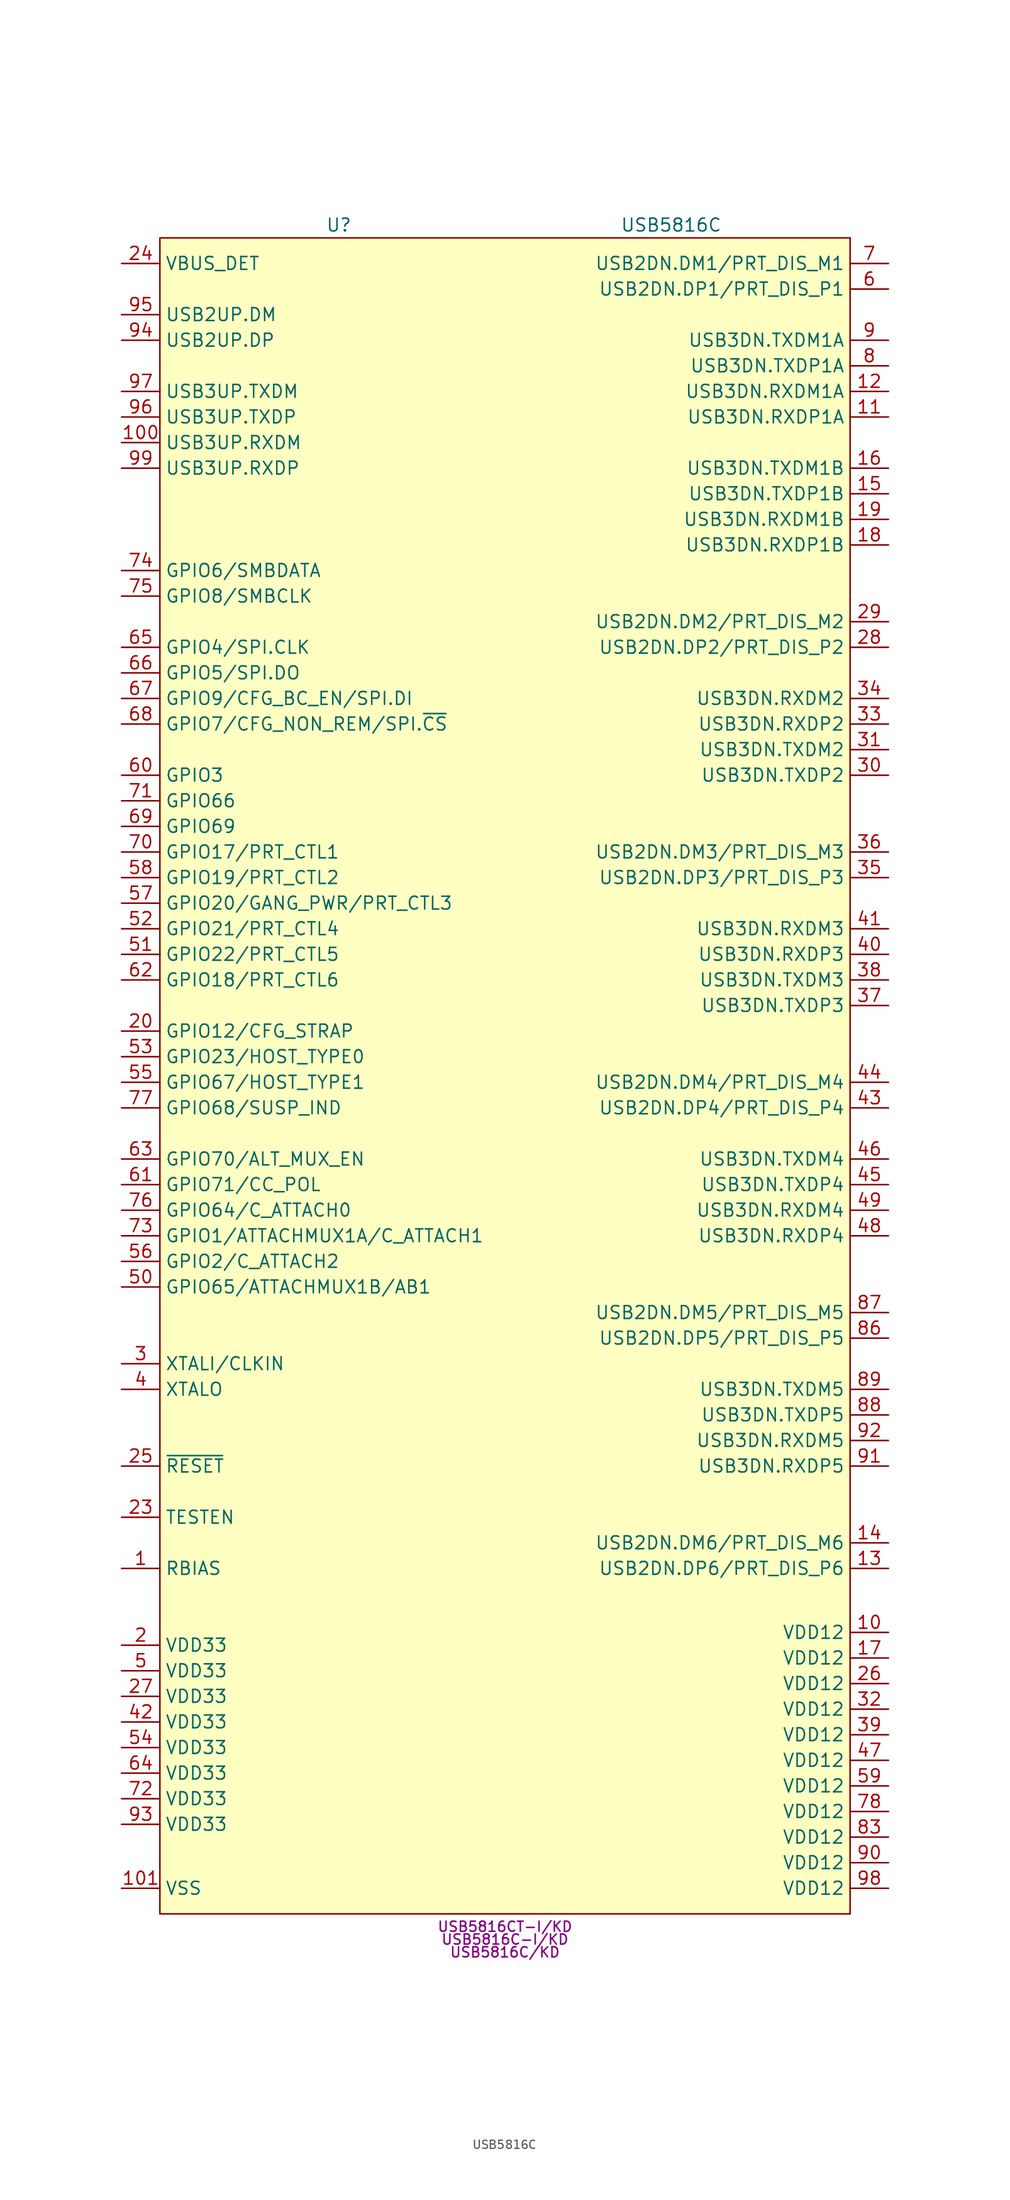
<source format=kicad_sym>
(kicad_symbol_lib
  (version 20220914)
  (generator kicad_symbol_editor)
  (symbol "USB5816C"
    (property "Reference" "U"
      (at -16.51 90.17 0)
      (effects (font (size 1.27 1.27))))
    (property "Value" "USB5816C"
      (at 16.51 90.17 0)
      (effects (font (size 1.27 1.27))))
    (property "MPN" "USB5816CT-I/KD"
      (at 0 -78.74 0)
      (effects (font (size 1 1))))
    (property "MPN2" "USB5816C-I/KD"
      (at 0 -80.01 0)
      (effects (font (size 1 1))))
    (property "MPN3" "USB5816C/KD"
      (at 0 -81.28 0)
      (effects (font (size 1 1))))
    (symbol "USB5816C_0_1"
      (rectangle (start -34.29 88.9) (end 34.29 -77.47) (stroke (width 0.152) (type default)) (fill (type background))))
    (symbol "USB5816C_1_1"
      (pin passive line (at -38.1 -43.18 0) (length 3.81) (name "RBIAS" (effects (font (size 1.27 1.27)))) (number "1" (effects (font (size 1.27 1.27)))))
      (pin power_in line (at 38.1 -49.53 180) (length 3.81) (name "VDD12" (effects (font (size 1.27 1.27)))) (number "10" (effects (font (size 1.27 1.27)))))
      (pin bidirectional line (at -38.1 68.58 0) (length 3.81) (name "USB3UP.RXDM" (effects (font (size 1.27 1.27)))) (number "100" (effects (font (size 1.27 1.27)))))
      (pin power_in line (at -38.1 -74.93 0) (length 3.81) (name "VSS" (effects (font (size 1.27 1.27)))) (number "101" (effects (font (size 1.27 1.27)))))
      (pin bidirectional line (at 38.1 71.12 180) (length 3.81) (name "USB3DN.RXDP1A" (effects (font (size 1.27 1.27)))) (number "11" (effects (font (size 1.27 1.27)))))
      (pin bidirectional line (at 38.1 73.66 180) (length 3.81) (name "USB3DN.RXDM1A" (effects (font (size 1.27 1.27)))) (number "12" (effects (font (size 1.27 1.27)))))
      (pin bidirectional line (at 38.1 -43.18 180) (length 3.81) (name "USB2DN.DP6/PRT_DIS_P6" (effects (font (size 1.27 1.27)))) (number "13" (effects (font (size 1.27 1.27)))))
      (pin bidirectional line (at 38.1 -40.64 180) (length 3.81) (name "USB2DN.DM6/PRT_DIS_M6" (effects (font (size 1.27 1.27)))) (number "14" (effects (font (size 1.27 1.27)))))
      (pin bidirectional line (at 38.1 63.5 180) (length 3.81) (name "USB3DN.TXDP1B" (effects (font (size 1.27 1.27)))) (number "15" (effects (font (size 1.27 1.27)))))
      (pin bidirectional line (at 38.1 66.04 180) (length 3.81) (name "USB3DN.TXDM1B" (effects (font (size 1.27 1.27)))) (number "16" (effects (font (size 1.27 1.27)))))
      (pin power_in line (at 38.1 -52.07 180) (length 3.81) (name "VDD12" (effects (font (size 1.27 1.27)))) (number "17" (effects (font (size 1.27 1.27)))))
      (pin bidirectional line (at 38.1 58.42 180) (length 3.81) (name "USB3DN.RXDP1B" (effects (font (size 1.27 1.27)))) (number "18" (effects (font (size 1.27 1.27)))))
      (pin bidirectional line (at 38.1 60.96 180) (length 3.81) (name "USB3DN.RXDM1B" (effects (font (size 1.27 1.27)))) (number "19" (effects (font (size 1.27 1.27)))))
      (pin power_in line (at -38.1 -50.8 0) (length 3.81) (name "VDD33" (effects (font (size 1.27 1.27)))) (number "2" (effects (font (size 1.27 1.27)))))
      (pin bidirectional line (at -38.1 10.16 0) (length 3.81) (name "GPIO12/CFG_STRAP" (effects (font (size 1.27 1.27)))) (number "20" (effects (font (size 1.27 1.27)))))
      (pin input line (at -38.1 -38.1 0) (length 3.81) (name "TESTEN" (effects (font (size 1.27 1.27)))) (number "23" (effects (font (size 1.27 1.27)))))
      (pin input line (at -38.1 86.36 0) (length 3.81) (name "VBUS_DET" (effects (font (size 1.27 1.27)))) (number "24" (effects (font (size 1.27 1.27)))))
      (pin input line (at -38.1 -33.02 0) (length 3.81) (name "~{RESET}" (effects (font (size 1.27 1.27)))) (number "25" (effects (font (size 1.27 1.27)))))
      (pin power_in line (at 38.1 -54.61 180) (length 3.81) (name "VDD12" (effects (font (size 1.27 1.27)))) (number "26" (effects (font (size 1.27 1.27)))))
      (pin power_in line (at -38.1 -55.88 0) (length 3.81) (name "VDD33" (effects (font (size 1.27 1.27)))) (number "27" (effects (font (size 1.27 1.27)))))
      (pin bidirectional line (at 38.1 48.26 180) (length 3.81) (name "USB2DN.DP2/PRT_DIS_P2" (effects (font (size 1.27 1.27)))) (number "28" (effects (font (size 1.27 1.27)))))
      (pin bidirectional line (at 38.1 50.8 180) (length 3.81) (name "USB2DN.DM2/PRT_DIS_M2" (effects (font (size 1.27 1.27)))) (number "29" (effects (font (size 1.27 1.27)))))
      (pin input line (at -38.1 -22.86 0) (length 3.81) (name "XTALI/CLKIN" (effects (font (size 1.27 1.27)))) (number "3" (effects (font (size 1.27 1.27)))))
      (pin bidirectional line (at 38.1 35.56 180) (length 3.81) (name "USB3DN.TXDP2" (effects (font (size 1.27 1.27)))) (number "30" (effects (font (size 1.27 1.27)))))
      (pin bidirectional line (at 38.1 38.1 180) (length 3.81) (name "USB3DN.TXDM2" (effects (font (size 1.27 1.27)))) (number "31" (effects (font (size 1.27 1.27)))))
      (pin power_in line (at 38.1 -57.15 180) (length 3.81) (name "VDD12" (effects (font (size 1.27 1.27)))) (number "32" (effects (font (size 1.27 1.27)))))
      (pin bidirectional line (at 38.1 40.64 180) (length 3.81) (name "USB3DN.RXDP2" (effects (font (size 1.27 1.27)))) (number "33" (effects (font (size 1.27 1.27)))))
      (pin bidirectional line (at 38.1 43.18 180) (length 3.81) (name "USB3DN.RXDM2" (effects (font (size 1.27 1.27)))) (number "34" (effects (font (size 1.27 1.27)))))
      (pin bidirectional line (at 38.1 25.4 180) (length 3.81) (name "USB2DN.DP3/PRT_DIS_P3" (effects (font (size 1.27 1.27)))) (number "35" (effects (font (size 1.27 1.27)))))
      (pin bidirectional line (at 38.1 27.94 180) (length 3.81) (name "USB2DN.DM3/PRT_DIS_M3" (effects (font (size 1.27 1.27)))) (number "36" (effects (font (size 1.27 1.27)))))
      (pin bidirectional line (at 38.1 12.7 180) (length 3.81) (name "USB3DN.TXDP3" (effects (font (size 1.27 1.27)))) (number "37" (effects (font (size 1.27 1.27)))))
      (pin bidirectional line (at 38.1 15.24 180) (length 3.81) (name "USB3DN.TXDM3" (effects (font (size 1.27 1.27)))) (number "38" (effects (font (size 1.27 1.27)))))
      (pin power_in line (at 38.1 -59.69 180) (length 3.81) (name "VDD12" (effects (font (size 1.27 1.27)))) (number "39" (effects (font (size 1.27 1.27)))))
      (pin output line (at -38.1 -25.4 0) (length 3.81) (name "XTALO" (effects (font (size 1.27 1.27)))) (number "4" (effects (font (size 1.27 1.27)))))
      (pin bidirectional line (at 38.1 17.78 180) (length 3.81) (name "USB3DN.RXDP3" (effects (font (size 1.27 1.27)))) (number "40" (effects (font (size 1.27 1.27)))))
      (pin bidirectional line (at 38.1 20.32 180) (length 3.81) (name "USB3DN.RXDM3" (effects (font (size 1.27 1.27)))) (number "41" (effects (font (size 1.27 1.27)))))
      (pin power_in line (at -38.1 -58.42 0) (length 3.81) (name "VDD33" (effects (font (size 1.27 1.27)))) (number "42" (effects (font (size 1.27 1.27)))))
      (pin bidirectional line (at 38.1 2.54 180) (length 3.81) (name "USB2DN.DP4/PRT_DIS_P4" (effects (font (size 1.27 1.27)))) (number "43" (effects (font (size 1.27 1.27)))))
      (pin bidirectional line (at 38.1 5.08 180) (length 3.81) (name "USB2DN.DM4/PRT_DIS_M4" (effects (font (size 1.27 1.27)))) (number "44" (effects (font (size 1.27 1.27)))))
      (pin bidirectional line (at 38.1 -5.08 180) (length 3.81) (name "USB3DN.TXDP4" (effects (font (size 1.27 1.27)))) (number "45" (effects (font (size 1.27 1.27)))))
      (pin bidirectional line (at 38.1 -2.54 180) (length 3.81) (name "USB3DN.TXDM4" (effects (font (size 1.27 1.27)))) (number "46" (effects (font (size 1.27 1.27)))))
      (pin power_in line (at 38.1 -62.23 180) (length 3.81) (name "VDD12" (effects (font (size 1.27 1.27)))) (number "47" (effects (font (size 1.27 1.27)))))
      (pin bidirectional line (at 38.1 -10.16 180) (length 3.81) (name "USB3DN.RXDP4" (effects (font (size 1.27 1.27)))) (number "48" (effects (font (size 1.27 1.27)))))
      (pin bidirectional line (at 38.1 -7.62 180) (length 3.81) (name "USB3DN.RXDM4" (effects (font (size 1.27 1.27)))) (number "49" (effects (font (size 1.27 1.27)))))
      (pin power_in line (at -38.1 -53.34 0) (length 3.81) (name "VDD33" (effects (font (size 1.27 1.27)))) (number "5" (effects (font (size 1.27 1.27)))))
      (pin bidirectional line (at -38.1 -15.24 0) (length 3.81) (name "GPIO65/ATTACHMUX1B/AB1" (effects (font (size 1.27 1.27)))) (number "50" (effects (font (size 1.27 1.27)))))
      (pin bidirectional line (at -38.1 17.78 0) (length 3.81) (name "GPIO22/PRT_CTL5" (effects (font (size 1.27 1.27)))) (number "51" (effects (font (size 1.27 1.27)))))
      (pin bidirectional line (at -38.1 20.32 0) (length 3.81) (name "GPIO21/PRT_CTL4" (effects (font (size 1.27 1.27)))) (number "52" (effects (font (size 1.27 1.27)))))
      (pin bidirectional line (at -38.1 7.62 0) (length 3.81) (name "GPIO23/HOST_TYPE0" (effects (font (size 1.27 1.27)))) (number "53" (effects (font (size 1.27 1.27)))))
      (pin power_in line (at -38.1 -60.96 0) (length 3.81) (name "VDD33" (effects (font (size 1.27 1.27)))) (number "54" (effects (font (size 1.27 1.27)))))
      (pin bidirectional line (at -38.1 5.08 0) (length 3.81) (name "GPIO67/HOST_TYPE1" (effects (font (size 1.27 1.27)))) (number "55" (effects (font (size 1.27 1.27)))))
      (pin bidirectional line (at -38.1 -12.7 0) (length 3.81) (name "GPIO2/C_ATTACH2" (effects (font (size 1.27 1.27)))) (number "56" (effects (font (size 1.27 1.27)))))
      (pin bidirectional line (at -38.1 22.86 0) (length 3.81) (name "GPIO20/GANG_PWR/PRT_CTL3" (effects (font (size 1.27 1.27)))) (number "57" (effects (font (size 1.27 1.27)))))
      (pin bidirectional line (at -38.1 25.4 0) (length 3.81) (name "GPIO19/PRT_CTL2" (effects (font (size 1.27 1.27)))) (number "58" (effects (font (size 1.27 1.27)))))
      (pin power_in line (at 38.1 -64.77 180) (length 3.81) (name "VDD12" (effects (font (size 1.27 1.27)))) (number "59" (effects (font (size 1.27 1.27)))))
      (pin bidirectional line (at 38.1 83.82 180) (length 3.81) (name "USB2DN.DP1/PRT_DIS_P1" (effects (font (size 1.27 1.27)))) (number "6" (effects (font (size 1.27 1.27)))))
      (pin bidirectional line (at -38.1 35.56 0) (length 3.81) (name "GPIO3" (effects (font (size 1.27 1.27)))) (number "60" (effects (font (size 1.27 1.27)))))
      (pin bidirectional line (at -38.1 -5.08 0) (length 3.81) (name "GPIO71/CC_POL" (effects (font (size 1.27 1.27)))) (number "61" (effects (font (size 1.27 1.27)))))
      (pin bidirectional line (at -38.1 15.24 0) (length 3.81) (name "GPIO18/PRT_CTL6" (effects (font (size 1.27 1.27)))) (number "62" (effects (font (size 1.27 1.27)))))
      (pin bidirectional line (at -38.1 -2.54 0) (length 3.81) (name "GPIO70/ALT_MUX_EN" (effects (font (size 1.27 1.27)))) (number "63" (effects (font (size 1.27 1.27)))))
      (pin power_in line (at -38.1 -63.5 0) (length 3.81) (name "VDD33" (effects (font (size 1.27 1.27)))) (number "64" (effects (font (size 1.27 1.27)))))
      (pin bidirectional line (at -38.1 48.26 0) (length 3.81) (name "GPIO4/SPI.CLK" (effects (font (size 1.27 1.27)))) (number "65" (effects (font (size 1.27 1.27)))))
      (pin bidirectional line (at -38.1 45.72 0) (length 3.81) (name "GPIO5/SPI.DO" (effects (font (size 1.27 1.27)))) (number "66" (effects (font (size 1.27 1.27)))))
      (pin bidirectional line (at -38.1 43.18 0) (length 3.81) (name "GPIO9/CFG_BC_EN/SPI.DI" (effects (font (size 1.27 1.27)))) (number "67" (effects (font (size 1.27 1.27)))))
      (pin bidirectional line (at -38.1 40.64 0) (length 3.81) (name "GPIO7/CFG_NON_REM/SPI.~{CS}" (effects (font (size 1.27 1.27)))) (number "68" (effects (font (size 1.27 1.27)))))
      (pin bidirectional line (at -38.1 30.48 0) (length 3.81) (name "GPIO69" (effects (font (size 1.27 1.27)))) (number "69" (effects (font (size 1.27 1.27)))))
      (pin bidirectional line (at 38.1 86.36 180) (length 3.81) (name "USB2DN.DM1/PRT_DIS_M1" (effects (font (size 1.27 1.27)))) (number "7" (effects (font (size 1.27 1.27)))))
      (pin bidirectional line (at -38.1 27.94 0) (length 3.81) (name "GPIO17/PRT_CTL1" (effects (font (size 1.27 1.27)))) (number "70" (effects (font (size 1.27 1.27)))))
      (pin bidirectional line (at -38.1 33.02 0) (length 3.81) (name "GPIO66" (effects (font (size 1.27 1.27)))) (number "71" (effects (font (size 1.27 1.27)))))
      (pin power_in line (at -38.1 -66.04 0) (length 3.81) (name "VDD33" (effects (font (size 1.27 1.27)))) (number "72" (effects (font (size 1.27 1.27)))))
      (pin bidirectional line (at -38.1 -10.16 0) (length 3.81) (name "GPIO1/ATTACHMUX1A/C_ATTACH1" (effects (font (size 1.27 1.27)))) (number "73" (effects (font (size 1.27 1.27)))))
      (pin bidirectional line (at -38.1 55.88 0) (length 3.81) (name "GPIO6/SMBDATA" (effects (font (size 1.27 1.27)))) (number "74" (effects (font (size 1.27 1.27)))))
      (pin bidirectional line (at -38.1 53.34 0) (length 3.81) (name "GPIO8/SMBCLK" (effects (font (size 1.27 1.27)))) (number "75" (effects (font (size 1.27 1.27)))))
      (pin bidirectional line (at -38.1 -7.62 0) (length 3.81) (name "GPIO64/C_ATTACH0" (effects (font (size 1.27 1.27)))) (number "76" (effects (font (size 1.27 1.27)))))
      (pin bidirectional line (at -38.1 2.54 0) (length 3.81) (name "GPIO68/SUSP_IND" (effects (font (size 1.27 1.27)))) (number "77" (effects (font (size 1.27 1.27)))))
      (pin power_in line (at 38.1 -67.31 180) (length 3.81) (name "VDD12" (effects (font (size 1.27 1.27)))) (number "78" (effects (font (size 1.27 1.27)))))
      (pin bidirectional line (at 38.1 76.2 180) (length 3.81) (name "USB3DN.TXDP1A" (effects (font (size 1.27 1.27)))) (number "8" (effects (font (size 1.27 1.27)))))
      (pin power_in line (at 38.1 -69.85 180) (length 3.81) (name "VDD12" (effects (font (size 1.27 1.27)))) (number "83" (effects (font (size 1.27 1.27)))))
      (pin bidirectional line (at 38.1 -20.32 180) (length 3.81) (name "USB2DN.DP5/PRT_DIS_P5" (effects (font (size 1.27 1.27)))) (number "86" (effects (font (size 1.27 1.27)))))
      (pin bidirectional line (at 38.1 -17.78 180) (length 3.81) (name "USB2DN.DM5/PRT_DIS_M5" (effects (font (size 1.27 1.27)))) (number "87" (effects (font (size 1.27 1.27)))))
      (pin bidirectional line (at 38.1 -27.94 180) (length 3.81) (name "USB3DN.TXDP5" (effects (font (size 1.27 1.27)))) (number "88" (effects (font (size 1.27 1.27)))))
      (pin bidirectional line (at 38.1 -25.4 180) (length 3.81) (name "USB3DN.TXDM5" (effects (font (size 1.27 1.27)))) (number "89" (effects (font (size 1.27 1.27)))))
      (pin bidirectional line (at 38.1 78.74 180) (length 3.81) (name "USB3DN.TXDM1A" (effects (font (size 1.27 1.27)))) (number "9" (effects (font (size 1.27 1.27)))))
      (pin power_in line (at 38.1 -72.39 180) (length 3.81) (name "VDD12" (effects (font (size 1.27 1.27)))) (number "90" (effects (font (size 1.27 1.27)))))
      (pin bidirectional line (at 38.1 -33.02 180) (length 3.81) (name "USB3DN.RXDP5" (effects (font (size 1.27 1.27)))) (number "91" (effects (font (size 1.27 1.27)))))
      (pin bidirectional line (at 38.1 -30.48 180) (length 3.81) (name "USB3DN.RXDM5" (effects (font (size 1.27 1.27)))) (number "92" (effects (font (size 1.27 1.27)))))
      (pin power_in line (at -38.1 -68.58 0) (length 3.81) (name "VDD33" (effects (font (size 1.27 1.27)))) (number "93" (effects (font (size 1.27 1.27)))))
      (pin bidirectional line (at -38.1 78.74 0) (length 3.81) (name "USB2UP.DP" (effects (font (size 1.27 1.27)))) (number "94" (effects (font (size 1.27 1.27)))))
      (pin bidirectional line (at -38.1 81.28 0) (length 3.81) (name "USB2UP.DM" (effects (font (size 1.27 1.27)))) (number "95" (effects (font (size 1.27 1.27)))))
      (pin bidirectional line (at -38.1 71.12 0) (length 3.81) (name "USB3UP.TXDP" (effects (font (size 1.27 1.27)))) (number "96" (effects (font (size 1.27 1.27)))))
      (pin bidirectional line (at -38.1 73.66 0) (length 3.81) (name "USB3UP.TXDM" (effects (font (size 1.27 1.27)))) (number "97" (effects (font (size 1.27 1.27)))))
      (pin power_in line (at 38.1 -74.93 180) (length 3.81) (name "VDD12" (effects (font (size 1.27 1.27)))) (number "98" (effects (font (size 1.27 1.27)))))
      (pin bidirectional line (at -38.1 66.04 0) (length 3.81) (name "USB3UP.RXDP" (effects (font (size 1.27 1.27)))) (number "99" (effects (font (size 1.27 1.27))))))))
</source>
